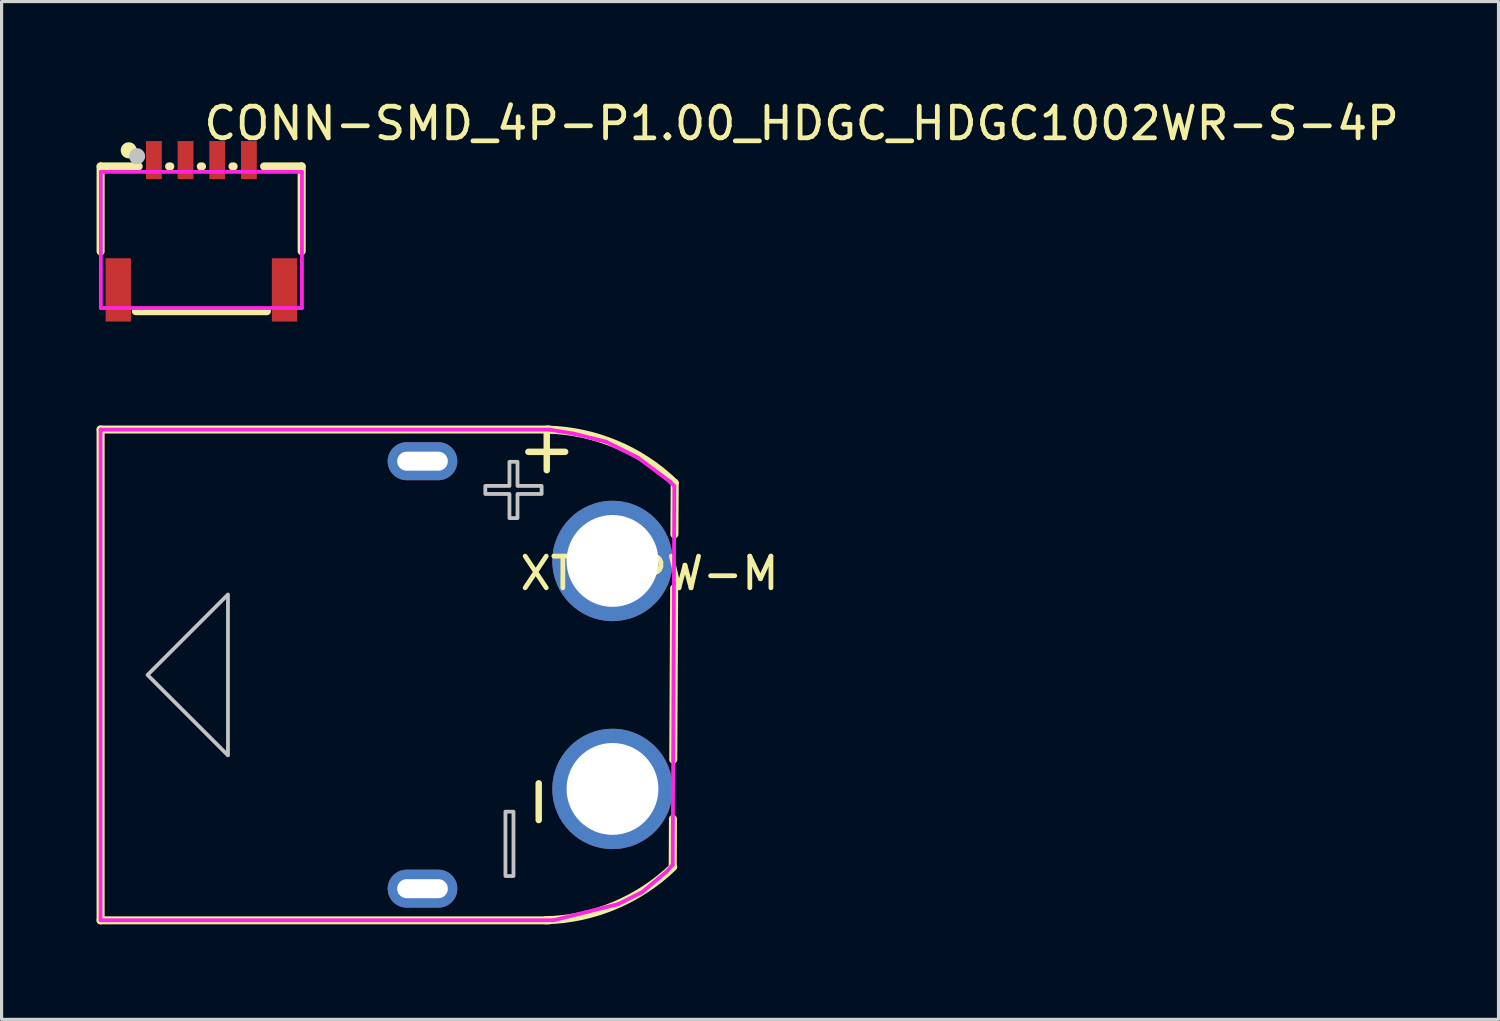
<source format=kicad_pcb>
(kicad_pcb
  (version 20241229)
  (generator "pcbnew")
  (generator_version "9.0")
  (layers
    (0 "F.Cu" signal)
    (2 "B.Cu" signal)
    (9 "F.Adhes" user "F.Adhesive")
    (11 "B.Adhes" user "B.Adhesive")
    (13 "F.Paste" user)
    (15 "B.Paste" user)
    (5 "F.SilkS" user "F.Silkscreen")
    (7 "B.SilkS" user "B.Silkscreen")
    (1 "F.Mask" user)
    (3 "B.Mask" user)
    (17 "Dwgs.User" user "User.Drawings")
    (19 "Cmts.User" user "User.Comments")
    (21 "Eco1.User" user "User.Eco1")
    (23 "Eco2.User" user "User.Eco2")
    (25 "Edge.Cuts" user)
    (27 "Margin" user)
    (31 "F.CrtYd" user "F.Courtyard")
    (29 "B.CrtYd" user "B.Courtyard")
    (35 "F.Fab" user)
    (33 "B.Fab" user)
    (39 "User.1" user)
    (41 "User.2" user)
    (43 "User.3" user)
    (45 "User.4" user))
  (footprint "XT60PW-M"
    (layer "F.Cu")
    (at 13.293 18.265)
    (property "Reference" "XT60PW-M" (at 0 -3.207 0) (layer "F.SilkS") (effects (font (size 1 1) (thickness 0.15)) (justify left)))
    (attr through_hole)
    (fp_line (start -13.166 -7.75) (end 1 -7.75) (stroke (width 0.254) (type solid)) (layer "F.SilkS"))
    (fp_line (start -13.166 7.75) (end -13.166 -7.75) (stroke (width 0.254) (type solid)) (layer "F.SilkS"))
    (fp_line (start -13.166 7.75) (end 1 7.75) (stroke (width 0.254) (type solid)) (layer "F.SilkS"))
    (fp_line (start 4.909 4.544) (end 4.902 5.994) (stroke (width 0.254) (type solid)) (layer "F.SilkS"))
    (fp_line (start 4.947 -2.738) (end 4.919 2.676) (stroke (width 0.254) (type solid)) (layer "F.SilkS"))
    (fp_line (start 4.965 -6.062) (end 4.956 -4.441) (stroke (width 0.254) (type solid)) (layer "F.SilkS"))
    (fp_arc (start 0.937089 -7.747228) (mid 3.109781 -7.284013) (end 4.965 -6.062) (stroke (width 0.254) (type solid)) (layer "F.SilkS"))
    (fp_arc (start 4.917 6.062) (mid 3.06178 7.284013) (end 0.889089 7.747228) (stroke (width 0.254) (type solid)) (layer "F.SilkS"))
    (fp_poly (pts (xy -9.144 -2.54) (xy -9.144 2.54) (xy -11.684 0)) (stroke (width 0.12) (type solid)) (fill no) (layer "Dwgs.User"))
    (fp_poly (pts (xy -0.381 4.318) (xy -0.127 4.318) (xy -0.127 6.35) (xy -0.381 6.35)) (stroke (width 0.12) (type solid)) (fill no) (layer "Dwgs.User"))
    (fp_poly (pts (xy -0.254 -6.731) (xy 0 -6.731) (xy 0 -5.969) (xy 0.762 -5.969) (xy 0.762 -5.715) (xy 0 -5.715) (xy 0 -4.953) (xy -0.254 -4.953) (xy -0.254 -5.715) (xy -1.016 -5.715) (xy -1.016 -5.969) (xy -0.254 -5.969)) (stroke (width 0.12) (type solid)) (fill no) (layer "Dwgs.User"))
    (fp_circle (center 3 -3.6) (end 3.5 -3.6) (stroke (width 1) (type solid)) (fill no) (layer "Eco2.User"))
    (fp_circle (center 3 3.6) (end 3.5 3.6) (stroke (width 1) (type solid)) (fill no) (layer "Eco2.User"))
    (fp_circle (center 4.953 7.747) (end 4.983 7.747) (stroke (width 0.06) (type solid)) (fill no) (layer "Eco2.User"))
    (fp_poly (pts (xy -2.4 -6.95) (xy -2.4 -6.55) (xy -3.6 -6.55) (xy -3.6 -6.95)) (stroke (width 0.12) (type solid)) (fill no) (layer "Eco2.User"))
    (fp_poly (pts (xy -2.4 6.55) (xy -2.4 6.95) (xy -3.6 6.95) (xy -3.6 6.55)) (stroke (width 0.12) (type solid)) (fill no) (layer "Eco2.User"))
    (fp_line (start -13.166 -7.747) (end 1.016 -7.747) (stroke (width 0.12) (type solid)) (layer "F.CrtYd"))
    (fp_line (start -13.166 7.747) (end -13.166 -7.747) (stroke (width 0.12) (type solid)) (layer "F.CrtYd"))
    (fp_line (start 1.016 -7.747) (end 1.778 -7.62) (stroke (width 0.12) (type solid)) (layer "F.CrtYd"))
    (fp_line (start 1.143 7.747) (end -13.166 7.747) (stroke (width 0.12) (type solid)) (layer "F.CrtYd"))
    (fp_line (start 1.778 -7.62) (end 2.794 -7.366) (stroke (width 0.12) (type solid)) (layer "F.CrtYd"))
    (fp_line (start 2.159 7.493) (end 1.143 7.747) (stroke (width 0.12) (type solid)) (layer "F.CrtYd"))
    (fp_line (start 2.794 -7.366) (end 3.81 -6.858) (stroke (width 0.12) (type solid)) (layer "F.CrtYd"))
    (fp_line (start 3.175 7.239) (end 2.159 7.493) (stroke (width 0.12) (type solid)) (layer "F.CrtYd"))
    (fp_line (start 3.81 -6.858) (end 4.826 -6.096) (stroke (width 0.12) (type solid)) (layer "F.CrtYd"))
    (fp_line (start 3.937 6.858) (end 3.175 7.239) (stroke (width 0.12) (type solid)) (layer "F.CrtYd"))
    (fp_line (start 4.699 6.223) (end 3.937 6.858) (stroke (width 0.12) (type solid)) (layer "F.CrtYd"))
    (fp_line (start 4.826 -6.096) (end 4.953 -5.969) (stroke (width 0.12) (type solid)) (layer "F.CrtYd"))
    (fp_line (start 4.902 5.994) (end 4.699 6.223) (stroke (width 0.12) (type solid)) (layer "F.CrtYd"))
    (fp_line (start 4.953 -5.969) (end 4.902 5.994) (stroke (width 0.12) (type solid)) (layer "F.CrtYd"))
    (fp_text user "-" (at 0.556 5.08 90) (layer "F.SilkS") (effects (font (size 1.524 1.524) (thickness 0.203)) (justify left)))
    (fp_text user "+" (at 0.81 -5.969 90) (layer "F.SilkS") (effects (font (size 1.524 1.524) (thickness 0.203)) (justify left)))
    (pad "1" thru_hole circle (at 3 3.6 90) (size 3.8 3.8) (drill 2.9) (layers "*.Cu" "*.Mask"))
    (pad "2" thru_hole circle (at 3 -3.6 90) (size 3.8 3.8) (drill 2.9) (layers "*.Cu" "*.Mask"))
    (pad "3" thru_hole oval (at -3 -6.75 90) (size 1.2 2.2) (drill oval 0.6 1.6) (layers "*.Cu" "*.Mask"))
    (pad "4" thru_hole oval (at -3 6.75 90) (size 1.2 2.2) (drill oval 0.6 1.6) (layers "*.Cu" "*.Mask")))
  (footprint "CONN-SMD_4P-P1.00_HDGC_HDGC1002WR-S-4P"
    (layer "F.Cu")
    (at 3.31 4.055)
    (property "Reference" "CONN-SMD_4P-P1.00_HDGC_HDGC1002WR-S-4P" (at 0 -3.207 0) (layer "F.SilkS") (effects (font (size 1 1) (thickness 0.15)) (justify left)))
    (attr through_hole)
    (fp_line (start -3.183 -1.85) (end -3.183 0.834) (stroke (width 0.254) (type solid)) (layer "F.SilkS"))
    (fp_line (start -2.069 2.722) (end 2.069 2.722) (stroke (width 0.254) (type solid)) (layer "F.SilkS"))
    (fp_line (start -1.981 -1.85) (end -3.183 -1.85) (stroke (width 0.254) (type solid)) (layer "F.SilkS"))
    (fp_line (start -0.981 -1.85) (end -1.019 -1.85) (stroke (width 0.254) (type solid)) (layer "F.SilkS"))
    (fp_line (start 0.019 -1.85) (end -0.019 -1.85) (stroke (width 0.254) (type solid)) (layer "F.SilkS"))
    (fp_line (start 1.019 -1.85) (end 0.981 -1.85) (stroke (width 0.254) (type solid)) (layer "F.SilkS"))
    (fp_line (start 3.167 -1.85) (end 1.981 -1.85) (stroke (width 0.254) (type solid)) (layer "F.SilkS"))
    (fp_line (start 3.167 -1.85) (end 3.167 0.829) (stroke (width 0.254) (type solid)) (layer "F.SilkS"))
    (fp_circle (center -2.294 -2.358) (end -2.167 -2.358) (stroke (width 0.254) (type solid)) (fill no) (layer "F.SilkS"))
    (fp_circle (center -2.03 -2.17) (end -1.903 -2.17) (stroke (width 0.254) (type solid)) (fill no) (layer "Dwgs.User"))
    (fp_circle (center -3.175 -2.378) (end -3.145 -2.378) (stroke (width 0.06) (type solid)) (fill no) (layer "Eco2.User"))
    (fp_poly (pts (xy -2.725 1.622) (xy -2.525 1.622) (xy -2.525 2.622) (xy -2.725 2.622)) (stroke (width 0.12) (type solid)) (fill no) (layer "Eco2.User"))
    (fp_poly (pts (xy -1.6 -2.378) (xy -1.4 -2.378) (xy -1.4 -1.578) (xy -1.6 -1.578)) (stroke (width 0.12) (type solid)) (fill no) (layer "Eco2.User"))
    (fp_poly (pts (xy -0.6 -2.378) (xy -0.4 -2.378) (xy -0.4 -1.578) (xy -0.6 -1.578)) (stroke (width 0.12) (type solid)) (fill no) (layer "Eco2.User"))
    (fp_poly (pts (xy 0.4 -2.378) (xy 0.6 -2.378) (xy 0.6 -1.578) (xy 0.4 -1.578)) (stroke (width 0.12) (type solid)) (fill no) (layer "Eco2.User"))
    (fp_poly (pts (xy 1.4 -2.378) (xy 1.6 -2.378) (xy 1.6 -1.578) (xy 1.4 -1.578)) (stroke (width 0.12) (type solid)) (fill no) (layer "Eco2.User"))
    (fp_poly (pts (xy 2.525 1.622) (xy 2.725 1.622) (xy 2.725 2.622) (xy 2.525 2.622)) (stroke (width 0.12) (type solid)) (fill no) (layer "Eco2.User"))
    (fp_line (start -3.175 -1.678) (end 3.175 -1.678) (stroke (width 0.12) (type solid)) (layer "F.CrtYd"))
    (fp_line (start -3.175 2.622) (end -3.175 -1.678) (stroke (width 0.12) (type solid)) (layer "F.CrtYd"))
    (fp_line (start 3.175 -1.678) (end 3.175 2.622) (stroke (width 0.12) (type solid)) (layer "F.CrtYd"))
    (fp_line (start 3.175 2.622) (end -3.175 2.622) (stroke (width 0.12) (type solid)) (layer "F.CrtYd"))
    (pad "1" smd rect (at -1.5 -2.05) (size 0.5 1.2) (layers "F.Cu" "F.Mask" "F.Paste"))
    (pad "2" smd rect (at -0.5 -2.05) (size 0.5 1.2) (layers "F.Cu" "F.Mask" "F.Paste"))
    (pad "3" smd rect (at 0.5 -2.05) (size 0.5 1.2) (layers "F.Cu" "F.Mask" "F.Paste"))
    (pad "4" smd rect (at 1.5 -2.05) (size 0.5 1.2) (layers "F.Cu" "F.Mask" "F.Paste"))
    (pad "5" smd rect (at 2.625 2.05) (size 0.8 2) (layers "F.Cu" "F.Mask" "F.Paste"))
    (pad "6" smd rect (at -2.625 2.05) (size 0.8 2) (layers "F.Cu" "F.Mask" "F.Paste")))
  (gr_rect
    (start -3 -3)
    (end 44.274 29.142)
    (stroke (width 0.1) (type default))
    (fill no)
    (layer "Edge.Cuts")))
</source>
